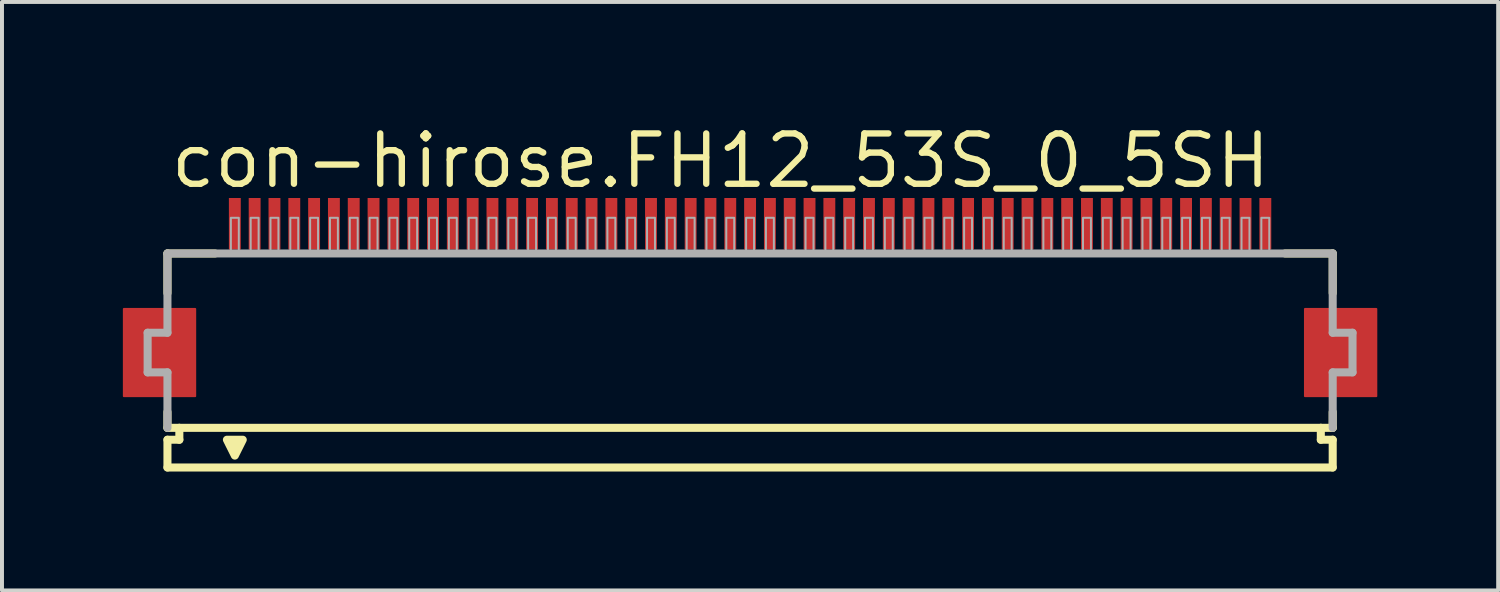
<source format=kicad_pcb>
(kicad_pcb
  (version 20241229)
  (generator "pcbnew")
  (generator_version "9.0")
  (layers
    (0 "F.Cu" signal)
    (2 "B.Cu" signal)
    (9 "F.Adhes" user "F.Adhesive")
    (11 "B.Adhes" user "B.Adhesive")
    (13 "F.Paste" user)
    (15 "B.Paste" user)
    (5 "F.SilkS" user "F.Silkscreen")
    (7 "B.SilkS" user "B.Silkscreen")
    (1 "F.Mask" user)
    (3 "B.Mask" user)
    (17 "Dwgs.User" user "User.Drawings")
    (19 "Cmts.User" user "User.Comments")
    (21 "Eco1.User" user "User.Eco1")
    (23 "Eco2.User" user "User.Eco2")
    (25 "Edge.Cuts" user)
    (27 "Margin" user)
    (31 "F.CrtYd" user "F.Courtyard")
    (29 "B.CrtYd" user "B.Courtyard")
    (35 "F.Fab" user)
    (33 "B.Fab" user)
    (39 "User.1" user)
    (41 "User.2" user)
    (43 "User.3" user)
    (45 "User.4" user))
  (footprint "con-hirose.FH12_53S_0_5SH"
    (layer "F.Cu")
    (at 15.875 5.845)
    (property "Reference" "con-hirose.FH12_53S_0_5SH" (at -14.698 -4.095 0) (layer "F.SilkS") (effects (font (size 1.27 1.27) (thickness 0.16)) (justify left bottom)))
    (attr smd)
    (fp_rect (start -15.8 1.1) (end -14 -1.1) (stroke (width 0.05) (type default)) (fill yes) (layer "F.Cu"))
    (fp_rect (start 14 1.1) (end 15.8 -1.1) (stroke (width 0.05) (type default)) (fill yes) (layer "F.Cu"))
    (fp_rect (start -15.85 1.175) (end -13.95 -1.175) (stroke (width 0.05) (type default)) (fill yes) (layer "F.Mask"))
    (fp_rect (start -13.2 -2.55) (end -12.8 -3.95) (stroke (width 0.05) (type default)) (fill yes) (layer "F.Mask"))
    (fp_rect (start -12.7 -2.55) (end -12.3 -3.95) (stroke (width 0.05) (type default)) (fill yes) (layer "F.Mask"))
    (fp_rect (start -12.2 -2.55) (end -11.8 -3.95) (stroke (width 0.05) (type default)) (fill yes) (layer "F.Mask"))
    (fp_rect (start -11.7 -2.55) (end -11.3 -3.95) (stroke (width 0.05) (type default)) (fill yes) (layer "F.Mask"))
    (fp_rect (start -11.2 -2.55) (end -10.8 -3.95) (stroke (width 0.05) (type default)) (fill yes) (layer "F.Mask"))
    (fp_rect (start -10.7 -2.55) (end -10.3 -3.95) (stroke (width 0.05) (type default)) (fill yes) (layer "F.Mask"))
    (fp_rect (start -10.2 -2.55) (end -9.8 -3.95) (stroke (width 0.05) (type default)) (fill yes) (layer "F.Mask"))
    (fp_rect (start -9.7 -2.55) (end -9.3 -3.95) (stroke (width 0.05) (type default)) (fill yes) (layer "F.Mask"))
    (fp_rect (start -9.2 -2.55) (end -8.8 -3.95) (stroke (width 0.05) (type default)) (fill yes) (layer "F.Mask"))
    (fp_rect (start -8.7 -2.55) (end -8.3 -3.95) (stroke (width 0.05) (type default)) (fill yes) (layer "F.Mask"))
    (fp_rect (start -8.2 -2.55) (end -7.8 -3.95) (stroke (width 0.05) (type default)) (fill yes) (layer "F.Mask"))
    (fp_rect (start -7.7 -2.55) (end -7.3 -3.95) (stroke (width 0.05) (type default)) (fill yes) (layer "F.Mask"))
    (fp_rect (start -7.2 -2.55) (end -6.8 -3.95) (stroke (width 0.05) (type default)) (fill yes) (layer "F.Mask"))
    (fp_rect (start -6.7 -2.55) (end -6.3 -3.95) (stroke (width 0.05) (type default)) (fill yes) (layer "F.Mask"))
    (fp_rect (start -6.2 -2.55) (end -5.8 -3.95) (stroke (width 0.05) (type default)) (fill yes) (layer "F.Mask"))
    (fp_rect (start -5.7 -2.55) (end -5.3 -3.95) (stroke (width 0.05) (type default)) (fill yes) (layer "F.Mask"))
    (fp_rect (start -5.2 -2.55) (end -4.8 -3.95) (stroke (width 0.05) (type default)) (fill yes) (layer "F.Mask"))
    (fp_rect (start -4.7 -2.55) (end -4.3 -3.95) (stroke (width 0.05) (type default)) (fill yes) (layer "F.Mask"))
    (fp_rect (start -4.2 -2.55) (end -3.8 -3.95) (stroke (width 0.05) (type default)) (fill yes) (layer "F.Mask"))
    (fp_rect (start -3.7 -2.55) (end -3.3 -3.95) (stroke (width 0.05) (type default)) (fill yes) (layer "F.Mask"))
    (fp_rect (start -3.2 -2.55) (end -2.8 -3.95) (stroke (width 0.05) (type default)) (fill yes) (layer "F.Mask"))
    (fp_rect (start -2.7 -2.55) (end -2.3 -3.95) (stroke (width 0.05) (type default)) (fill yes) (layer "F.Mask"))
    (fp_rect (start -2.2 -2.55) (end -1.8 -3.95) (stroke (width 0.05) (type default)) (fill yes) (layer "F.Mask"))
    (fp_rect (start -1.7 -2.55) (end -1.3 -3.95) (stroke (width 0.05) (type default)) (fill yes) (layer "F.Mask"))
    (fp_rect (start -1.2 -2.55) (end -0.8 -3.95) (stroke (width 0.05) (type default)) (fill yes) (layer "F.Mask"))
    (fp_rect (start -0.7 -2.55) (end -0.3 -3.95) (stroke (width 0.05) (type default)) (fill yes) (layer "F.Mask"))
    (fp_rect (start -0.2 -2.55) (end 0.2 -3.95) (stroke (width 0.05) (type default)) (fill yes) (layer "F.Mask"))
    (fp_rect (start 0.3 -2.55) (end 0.7 -3.95) (stroke (width 0.05) (type default)) (fill yes) (layer "F.Mask"))
    (fp_rect (start 0.8 -2.55) (end 1.2 -3.95) (stroke (width 0.05) (type default)) (fill yes) (layer "F.Mask"))
    (fp_rect (start 1.3 -2.55) (end 1.7 -3.95) (stroke (width 0.05) (type default)) (fill yes) (layer "F.Mask"))
    (fp_rect (start 1.8 -2.55) (end 2.2 -3.95) (stroke (width 0.05) (type default)) (fill yes) (layer "F.Mask"))
    (fp_rect (start 2.3 -2.55) (end 2.7 -3.95) (stroke (width 0.05) (type default)) (fill yes) (layer "F.Mask"))
    (fp_rect (start 2.8 -2.55) (end 3.2 -3.95) (stroke (width 0.05) (type default)) (fill yes) (layer "F.Mask"))
    (fp_rect (start 3.3 -2.55) (end 3.7 -3.95) (stroke (width 0.05) (type default)) (fill yes) (layer "F.Mask"))
    (fp_rect (start 3.8 -2.55) (end 4.2 -3.95) (stroke (width 0.05) (type default)) (fill yes) (layer "F.Mask"))
    (fp_rect (start 4.3 -2.55) (end 4.7 -3.95) (stroke (width 0.05) (type default)) (fill yes) (layer "F.Mask"))
    (fp_rect (start 4.8 -2.55) (end 5.2 -3.95) (stroke (width 0.05) (type default)) (fill yes) (layer "F.Mask"))
    (fp_rect (start 5.3 -2.55) (end 5.7 -3.95) (stroke (width 0.05) (type default)) (fill yes) (layer "F.Mask"))
    (fp_rect (start 5.8 -2.55) (end 6.2 -3.95) (stroke (width 0.05) (type default)) (fill yes) (layer "F.Mask"))
    (fp_rect (start 6.3 -2.55) (end 6.7 -3.95) (stroke (width 0.05) (type default)) (fill yes) (layer "F.Mask"))
    (fp_rect (start 6.8 -2.55) (end 7.2 -3.95) (stroke (width 0.05) (type default)) (fill yes) (layer "F.Mask"))
    (fp_rect (start 7.3 -2.55) (end 7.7 -3.95) (stroke (width 0.05) (type default)) (fill yes) (layer "F.Mask"))
    (fp_rect (start 7.8 -2.55) (end 8.2 -3.95) (stroke (width 0.05) (type default)) (fill yes) (layer "F.Mask"))
    (fp_rect (start 8.3 -2.55) (end 8.7 -3.95) (stroke (width 0.05) (type default)) (fill yes) (layer "F.Mask"))
    (fp_rect (start 8.8 -2.55) (end 9.2 -3.95) (stroke (width 0.05) (type default)) (fill yes) (layer "F.Mask"))
    (fp_rect (start 9.3 -2.55) (end 9.7 -3.95) (stroke (width 0.05) (type default)) (fill yes) (layer "F.Mask"))
    (fp_rect (start 9.8 -2.55) (end 10.2 -3.95) (stroke (width 0.05) (type default)) (fill yes) (layer "F.Mask"))
    (fp_rect (start 10.3 -2.55) (end 10.7 -3.95) (stroke (width 0.05) (type default)) (fill yes) (layer "F.Mask"))
    (fp_rect (start 10.8 -2.55) (end 11.2 -3.95) (stroke (width 0.05) (type default)) (fill yes) (layer "F.Mask"))
    (fp_rect (start 11.3 -2.55) (end 11.7 -3.95) (stroke (width 0.05) (type default)) (fill yes) (layer "F.Mask"))
    (fp_rect (start 11.8 -2.55) (end 12.2 -3.95) (stroke (width 0.05) (type default)) (fill yes) (layer "F.Mask"))
    (fp_rect (start 12.3 -2.55) (end 12.7 -3.95) (stroke (width 0.05) (type default)) (fill yes) (layer "F.Mask"))
    (fp_rect (start 12.8 -2.55) (end 13.2 -3.95) (stroke (width 0.05) (type default)) (fill yes) (layer "F.Mask"))
    (fp_rect (start 13.95 1.175) (end 15.85 -1.175) (stroke (width 0.05) (type default)) (fill yes) (layer "F.Mask"))
    (fp_line (start -14.7 -2.5) (end -14.7 -1.5) (stroke (width 0.203) (type default)) (layer "F.SilkS"))
    (fp_line (start -14.7 1.5) (end -14.7 1.9) (stroke (width 0.203) (type default)) (layer "F.SilkS"))
    (fp_line (start -14.7 1.9) (end -14.4 1.9) (stroke (width 0.203) (type default)) (layer "F.SilkS"))
    (fp_line (start -14.7 2.2) (end -14.7 2.9) (stroke (width 0.203) (type default)) (layer "F.SilkS"))
    (fp_line (start -14.4 1.9) (end -14.4 2.2) (stroke (width 0.203) (type default)) (layer "F.SilkS"))
    (fp_line (start -14.4 2.2) (end -14.7 2.2) (stroke (width 0.203) (type default)) (layer "F.SilkS"))
    (fp_line (start -13.5 -2.5) (end -14.7 -2.5) (stroke (width 0.203) (type default)) (layer "F.SilkS"))
    (fp_line (start 14.4 1.9) (end -14.4 1.9) (stroke (width 0.203) (type default)) (layer "F.SilkS"))
    (fp_line (start 14.4 1.9) (end 14.7 1.9) (stroke (width 0.203) (type default)) (layer "F.SilkS"))
    (fp_line (start 14.4 2.2) (end 14.4 1.9) (stroke (width 0.203) (type default)) (layer "F.SilkS"))
    (fp_line (start 14.7 -2.5) (end 13.5 -2.5) (stroke (width 0.203) (type default)) (layer "F.SilkS"))
    (fp_line (start 14.7 -1.5) (end 14.7 -2.5) (stroke (width 0.203) (type default)) (layer "F.SilkS"))
    (fp_line (start 14.7 1.9) (end 14.7 1.5) (stroke (width 0.203) (type default)) (layer "F.SilkS"))
    (fp_line (start 14.7 2.2) (end 14.4 2.2) (stroke (width 0.203) (type default)) (layer "F.SilkS"))
    (fp_line (start 14.7 2.9) (end -14.7 2.9) (stroke (width 0.203) (type default)) (layer "F.SilkS"))
    (fp_line (start 14.7 2.9) (end 14.7 2.2) (stroke (width 0.203) (type default)) (layer "F.SilkS"))
    (fp_poly (pts (xy -13.2 2.2) (xy -13 2.6) (xy -12.8 2.2)) (stroke (width 0.203) (type default)) (fill yes) (layer "F.SilkS"))
    (fp_rect (start -15.725 1.025) (end -14.075 -1.025) (stroke (width 0.05) (type default)) (fill yes) (layer "F.Paste"))
    (fp_rect (start -13.125 -2.625) (end -12.875 -3.875) (stroke (width 0.05) (type default)) (fill yes) (layer "F.Paste"))
    (fp_rect (start -12.625 -2.625) (end -12.375 -3.875) (stroke (width 0.05) (type default)) (fill yes) (layer "F.Paste"))
    (fp_rect (start -12.125 -2.625) (end -11.875 -3.875) (stroke (width 0.05) (type default)) (fill yes) (layer "F.Paste"))
    (fp_rect (start -11.625 -2.625) (end -11.375 -3.875) (stroke (width 0.05) (type default)) (fill yes) (layer "F.Paste"))
    (fp_rect (start -11.125 -2.625) (end -10.875 -3.875) (stroke (width 0.05) (type default)) (fill yes) (layer "F.Paste"))
    (fp_rect (start -10.625 -2.625) (end -10.375 -3.875) (stroke (width 0.05) (type default)) (fill yes) (layer "F.Paste"))
    (fp_rect (start -10.125 -2.625) (end -9.875 -3.875) (stroke (width 0.05) (type default)) (fill yes) (layer "F.Paste"))
    (fp_rect (start -9.625 -2.625) (end -9.375 -3.875) (stroke (width 0.05) (type default)) (fill yes) (layer "F.Paste"))
    (fp_rect (start -9.125 -2.625) (end -8.875 -3.875) (stroke (width 0.05) (type default)) (fill yes) (layer "F.Paste"))
    (fp_rect (start -8.625 -2.625) (end -8.375 -3.875) (stroke (width 0.05) (type default)) (fill yes) (layer "F.Paste"))
    (fp_rect (start -8.125 -2.625) (end -7.875 -3.875) (stroke (width 0.05) (type default)) (fill yes) (layer "F.Paste"))
    (fp_rect (start -7.625 -2.625) (end -7.375 -3.875) (stroke (width 0.05) (type default)) (fill yes) (layer "F.Paste"))
    (fp_rect (start -7.125 -2.625) (end -6.875 -3.875) (stroke (width 0.05) (type default)) (fill yes) (layer "F.Paste"))
    (fp_rect (start -6.625 -2.625) (end -6.375 -3.875) (stroke (width 0.05) (type default)) (fill yes) (layer "F.Paste"))
    (fp_rect (start -6.125 -2.625) (end -5.875 -3.875) (stroke (width 0.05) (type default)) (fill yes) (layer "F.Paste"))
    (fp_rect (start -5.625 -2.625) (end -5.375 -3.875) (stroke (width 0.05) (type default)) (fill yes) (layer "F.Paste"))
    (fp_rect (start -5.125 -2.625) (end -4.875 -3.875) (stroke (width 0.05) (type default)) (fill yes) (layer "F.Paste"))
    (fp_rect (start -4.625 -2.625) (end -4.375 -3.875) (stroke (width 0.05) (type default)) (fill yes) (layer "F.Paste"))
    (fp_rect (start -4.125 -2.625) (end -3.875 -3.875) (stroke (width 0.05) (type default)) (fill yes) (layer "F.Paste"))
    (fp_rect (start -3.625 -2.625) (end -3.375 -3.875) (stroke (width 0.05) (type default)) (fill yes) (layer "F.Paste"))
    (fp_rect (start -3.125 -2.625) (end -2.875 -3.875) (stroke (width 0.05) (type default)) (fill yes) (layer "F.Paste"))
    (fp_rect (start -2.625 -2.625) (end -2.375 -3.875) (stroke (width 0.05) (type default)) (fill yes) (layer "F.Paste"))
    (fp_rect (start -2.125 -2.625) (end -1.875 -3.875) (stroke (width 0.05) (type default)) (fill yes) (layer "F.Paste"))
    (fp_rect (start -1.625 -2.625) (end -1.375 -3.875) (stroke (width 0.05) (type default)) (fill yes) (layer "F.Paste"))
    (fp_rect (start -1.125 -2.625) (end -0.875 -3.875) (stroke (width 0.05) (type default)) (fill yes) (layer "F.Paste"))
    (fp_rect (start -0.625 -2.625) (end -0.375 -3.875) (stroke (width 0.05) (type default)) (fill yes) (layer "F.Paste"))
    (fp_rect (start -0.125 -2.625) (end 0.125 -3.875) (stroke (width 0.05) (type default)) (fill yes) (layer "F.Paste"))
    (fp_rect (start 0.375 -2.625) (end 0.625 -3.875) (stroke (width 0.05) (type default)) (fill yes) (layer "F.Paste"))
    (fp_rect (start 0.875 -2.625) (end 1.125 -3.875) (stroke (width 0.05) (type default)) (fill yes) (layer "F.Paste"))
    (fp_rect (start 1.375 -2.625) (end 1.625 -3.875) (stroke (width 0.05) (type default)) (fill yes) (layer "F.Paste"))
    (fp_rect (start 1.875 -2.625) (end 2.125 -3.875) (stroke (width 0.05) (type default)) (fill yes) (layer "F.Paste"))
    (fp_rect (start 2.375 -2.625) (end 2.625 -3.875) (stroke (width 0.05) (type default)) (fill yes) (layer "F.Paste"))
    (fp_rect (start 2.875 -2.625) (end 3.125 -3.875) (stroke (width 0.05) (type default)) (fill yes) (layer "F.Paste"))
    (fp_rect (start 3.375 -2.625) (end 3.625 -3.875) (stroke (width 0.05) (type default)) (fill yes) (layer "F.Paste"))
    (fp_rect (start 3.875 -2.625) (end 4.125 -3.875) (stroke (width 0.05) (type default)) (fill yes) (layer "F.Paste"))
    (fp_rect (start 4.375 -2.625) (end 4.625 -3.875) (stroke (width 0.05) (type default)) (fill yes) (layer "F.Paste"))
    (fp_rect (start 4.875 -2.625) (end 5.125 -3.875) (stroke (width 0.05) (type default)) (fill yes) (layer "F.Paste"))
    (fp_rect (start 5.375 -2.625) (end 5.625 -3.875) (stroke (width 0.05) (type default)) (fill yes) (layer "F.Paste"))
    (fp_rect (start 5.875 -2.625) (end 6.125 -3.875) (stroke (width 0.05) (type default)) (fill yes) (layer "F.Paste"))
    (fp_rect (start 6.375 -2.625) (end 6.625 -3.875) (stroke (width 0.05) (type default)) (fill yes) (layer "F.Paste"))
    (fp_rect (start 6.875 -2.625) (end 7.125 -3.875) (stroke (width 0.05) (type default)) (fill yes) (layer "F.Paste"))
    (fp_rect (start 7.375 -2.625) (end 7.625 -3.875) (stroke (width 0.05) (type default)) (fill yes) (layer "F.Paste"))
    (fp_rect (start 7.875 -2.625) (end 8.125 -3.875) (stroke (width 0.05) (type default)) (fill yes) (layer "F.Paste"))
    (fp_rect (start 8.375 -2.625) (end 8.625 -3.875) (stroke (width 0.05) (type default)) (fill yes) (layer "F.Paste"))
    (fp_rect (start 8.875 -2.625) (end 9.125 -3.875) (stroke (width 0.05) (type default)) (fill yes) (layer "F.Paste"))
    (fp_rect (start 9.375 -2.625) (end 9.625 -3.875) (stroke (width 0.05) (type default)) (fill yes) (layer "F.Paste"))
    (fp_rect (start 9.875 -2.625) (end 10.125 -3.875) (stroke (width 0.05) (type default)) (fill yes) (layer "F.Paste"))
    (fp_rect (start 10.375 -2.625) (end 10.625 -3.875) (stroke (width 0.05) (type default)) (fill yes) (layer "F.Paste"))
    (fp_rect (start 10.875 -2.625) (end 11.125 -3.875) (stroke (width 0.05) (type default)) (fill yes) (layer "F.Paste"))
    (fp_rect (start 11.375 -2.625) (end 11.625 -3.875) (stroke (width 0.05) (type default)) (fill yes) (layer "F.Paste"))
    (fp_rect (start 11.875 -2.625) (end 12.125 -3.875) (stroke (width 0.05) (type default)) (fill yes) (layer "F.Paste"))
    (fp_rect (start 12.375 -2.625) (end 12.625 -3.875) (stroke (width 0.05) (type default)) (fill yes) (layer "F.Paste"))
    (fp_rect (start 12.875 -2.625) (end 13.125 -3.875) (stroke (width 0.05) (type default)) (fill yes) (layer "F.Paste"))
    (fp_rect (start 14.075 1.025) (end 15.725 -1.025) (stroke (width 0.05) (type default)) (fill yes) (layer "F.Paste"))
    (fp_line (start -15.2 -0.5) (end -15.2 0.5) (stroke (width 0.203) (type default)) (layer "F.Fab"))
    (fp_line (start -15.2 0.5) (end -14.7 0.5) (stroke (width 0.203) (type default)) (layer "F.Fab"))
    (fp_line (start -14.7 -2.5) (end -14.7 -0.5) (stroke (width 0.203) (type default)) (layer "F.Fab"))
    (fp_line (start -14.7 -0.5) (end -15.2 -0.5) (stroke (width 0.203) (type default)) (layer "F.Fab"))
    (fp_line (start -14.7 0.5) (end -14.7 1.9) (stroke (width 0.203) (type default)) (layer "F.Fab"))
    (fp_line (start 14.7 -2.5) (end -14.7 -2.5) (stroke (width 0.203) (type default)) (layer "F.Fab"))
    (fp_line (start 14.7 -0.5) (end 14.7 -2.5) (stroke (width 0.203) (type default)) (layer "F.Fab"))
    (fp_line (start 14.7 0.5) (end 15.2 0.5) (stroke (width 0.203) (type default)) (layer "F.Fab"))
    (fp_line (start 14.7 1.9) (end 14.7 0.5) (stroke (width 0.203) (type default)) (layer "F.Fab"))
    (fp_line (start 15.2 -0.5) (end 14.7 -0.5) (stroke (width 0.203) (type default)) (layer "F.Fab"))
    (fp_line (start 15.2 0.5) (end 15.2 -0.5) (stroke (width 0.203) (type default)) (layer "F.Fab"))
    (fp_rect (start -13.1 -2.55) (end -12.9 -3.4) (stroke (width 0.05) (type default)) (fill no) (layer "F.Fab"))
    (fp_rect (start -12.6 -2.55) (end -12.4 -3.4) (stroke (width 0.05) (type default)) (fill no) (layer "F.Fab"))
    (fp_rect (start -12.1 -2.55) (end -11.9 -3.4) (stroke (width 0.05) (type default)) (fill no) (layer "F.Fab"))
    (fp_rect (start -11.6 -2.55) (end -11.4 -3.4) (stroke (width 0.05) (type default)) (fill no) (layer "F.Fab"))
    (fp_rect (start -11.1 -2.55) (end -10.9 -3.4) (stroke (width 0.05) (type default)) (fill no) (layer "F.Fab"))
    (fp_rect (start -10.6 -2.55) (end -10.4 -3.4) (stroke (width 0.05) (type default)) (fill no) (layer "F.Fab"))
    (fp_rect (start -10.1 -2.55) (end -9.9 -3.4) (stroke (width 0.05) (type default)) (fill no) (layer "F.Fab"))
    (fp_rect (start -9.6 -2.55) (end -9.4 -3.4) (stroke (width 0.05) (type default)) (fill no) (layer "F.Fab"))
    (fp_rect (start -9.1 -2.55) (end -8.9 -3.4) (stroke (width 0.05) (type default)) (fill no) (layer "F.Fab"))
    (fp_rect (start -8.6 -2.55) (end -8.4 -3.4) (stroke (width 0.05) (type default)) (fill no) (layer "F.Fab"))
    (fp_rect (start -8.1 -2.55) (end -7.9 -3.4) (stroke (width 0.05) (type default)) (fill no) (layer "F.Fab"))
    (fp_rect (start -7.6 -2.55) (end -7.4 -3.4) (stroke (width 0.05) (type default)) (fill no) (layer "F.Fab"))
    (fp_rect (start -7.1 -2.55) (end -6.9 -3.4) (stroke (width 0.05) (type default)) (fill no) (layer "F.Fab"))
    (fp_rect (start -6.6 -2.55) (end -6.4 -3.4) (stroke (width 0.05) (type default)) (fill no) (layer "F.Fab"))
    (fp_rect (start -6.1 -2.55) (end -5.9 -3.4) (stroke (width 0.05) (type default)) (fill no) (layer "F.Fab"))
    (fp_rect (start -5.6 -2.55) (end -5.4 -3.4) (stroke (width 0.05) (type default)) (fill no) (layer "F.Fab"))
    (fp_rect (start -5.1 -2.55) (end -4.9 -3.4) (stroke (width 0.05) (type default)) (fill no) (layer "F.Fab"))
    (fp_rect (start -4.6 -2.55) (end -4.4 -3.4) (stroke (width 0.05) (type default)) (fill no) (layer "F.Fab"))
    (fp_rect (start -4.1 -2.55) (end -3.9 -3.4) (stroke (width 0.05) (type default)) (fill no) (layer "F.Fab"))
    (fp_rect (start -3.6 -2.55) (end -3.4 -3.4) (stroke (width 0.05) (type default)) (fill no) (layer "F.Fab"))
    (fp_rect (start -3.1 -2.55) (end -2.9 -3.4) (stroke (width 0.05) (type default)) (fill no) (layer "F.Fab"))
    (fp_rect (start -2.6 -2.55) (end -2.4 -3.4) (stroke (width 0.05) (type default)) (fill no) (layer "F.Fab"))
    (fp_rect (start -2.1 -2.55) (end -1.9 -3.4) (stroke (width 0.05) (type default)) (fill no) (layer "F.Fab"))
    (fp_rect (start -1.6 -2.55) (end -1.4 -3.4) (stroke (width 0.05) (type default)) (fill no) (layer "F.Fab"))
    (fp_rect (start -1.1 -2.55) (end -0.9 -3.4) (stroke (width 0.05) (type default)) (fill no) (layer "F.Fab"))
    (fp_rect (start -0.6 -2.55) (end -0.4 -3.4) (stroke (width 0.05) (type default)) (fill no) (layer "F.Fab"))
    (fp_rect (start -0.1 -2.55) (end 0.1 -3.4) (stroke (width 0.05) (type default)) (fill no) (layer "F.Fab"))
    (fp_rect (start 0.4 -2.55) (end 0.6 -3.4) (stroke (width 0.05) (type default)) (fill no) (layer "F.Fab"))
    (fp_rect (start 0.9 -2.55) (end 1.1 -3.4) (stroke (width 0.05) (type default)) (fill no) (layer "F.Fab"))
    (fp_rect (start 1.4 -2.55) (end 1.6 -3.4) (stroke (width 0.05) (type default)) (fill no) (layer "F.Fab"))
    (fp_rect (start 1.9 -2.55) (end 2.1 -3.4) (stroke (width 0.05) (type default)) (fill no) (layer "F.Fab"))
    (fp_rect (start 2.4 -2.55) (end 2.6 -3.4) (stroke (width 0.05) (type default)) (fill no) (layer "F.Fab"))
    (fp_rect (start 2.9 -2.55) (end 3.1 -3.4) (stroke (width 0.05) (type default)) (fill no) (layer "F.Fab"))
    (fp_rect (start 3.4 -2.55) (end 3.6 -3.4) (stroke (width 0.05) (type default)) (fill no) (layer "F.Fab"))
    (fp_rect (start 3.9 -2.55) (end 4.1 -3.4) (stroke (width 0.05) (type default)) (fill no) (layer "F.Fab"))
    (fp_rect (start 4.4 -2.55) (end 4.6 -3.4) (stroke (width 0.05) (type default)) (fill no) (layer "F.Fab"))
    (fp_rect (start 4.9 -2.55) (end 5.1 -3.4) (stroke (width 0.05) (type default)) (fill no) (layer "F.Fab"))
    (fp_rect (start 5.4 -2.55) (end 5.6 -3.4) (stroke (width 0.05) (type default)) (fill no) (layer "F.Fab"))
    (fp_rect (start 5.9 -2.55) (end 6.1 -3.4) (stroke (width 0.05) (type default)) (fill no) (layer "F.Fab"))
    (fp_rect (start 6.4 -2.55) (end 6.6 -3.4) (stroke (width 0.05) (type default)) (fill no) (layer "F.Fab"))
    (fp_rect (start 6.9 -2.55) (end 7.1 -3.4) (stroke (width 0.05) (type default)) (fill no) (layer "F.Fab"))
    (fp_rect (start 7.4 -2.55) (end 7.6 -3.4) (stroke (width 0.05) (type default)) (fill no) (layer "F.Fab"))
    (fp_rect (start 7.9 -2.55) (end 8.1 -3.4) (stroke (width 0.05) (type default)) (fill no) (layer "F.Fab"))
    (fp_rect (start 8.4 -2.55) (end 8.6 -3.4) (stroke (width 0.05) (type default)) (fill no) (layer "F.Fab"))
    (fp_rect (start 8.9 -2.55) (end 9.1 -3.4) (stroke (width 0.05) (type default)) (fill no) (layer "F.Fab"))
    (fp_rect (start 9.4 -2.55) (end 9.6 -3.4) (stroke (width 0.05) (type default)) (fill no) (layer "F.Fab"))
    (fp_rect (start 9.9 -2.55) (end 10.1 -3.4) (stroke (width 0.05) (type default)) (fill no) (layer "F.Fab"))
    (fp_rect (start 10.4 -2.55) (end 10.6 -3.4) (stroke (width 0.05) (type default)) (fill no) (layer "F.Fab"))
    (fp_rect (start 10.9 -2.55) (end 11.1 -3.4) (stroke (width 0.05) (type default)) (fill no) (layer "F.Fab"))
    (fp_rect (start 11.4 -2.55) (end 11.6 -3.4) (stroke (width 0.05) (type default)) (fill no) (layer "F.Fab"))
    (fp_rect (start 11.9 -2.55) (end 12.1 -3.4) (stroke (width 0.05) (type default)) (fill no) (layer "F.Fab"))
    (fp_rect (start 12.4 -2.55) (end 12.6 -3.4) (stroke (width 0.05) (type default)) (fill no) (layer "F.Fab"))
    (fp_rect (start 12.9 -2.55) (end 13.1 -3.4) (stroke (width 0.05) (type default)) (fill no) (layer "F.Fab"))
    (pad "1" smd roundrect (at -13 -3.25) (size 0.3 1.3) (layers "F.Cu" "F.Mask" "F.Paste") (roundrect_rratio 0.01))
    (pad "2" smd roundrect (at -12.5 -3.25) (size 0.3 1.3) (layers "F.Cu" "F.Mask" "F.Paste") (roundrect_rratio 0.01))
    (pad "3" smd roundrect (at -12 -3.25) (size 0.3 1.3) (layers "F.Cu" "F.Mask" "F.Paste") (roundrect_rratio 0.01))
    (pad "4" smd roundrect (at -11.5 -3.25) (size 0.3 1.3) (layers "F.Cu" "F.Mask" "F.Paste") (roundrect_rratio 0.01))
    (pad "5" smd roundrect (at -11 -3.25) (size 0.3 1.3) (layers "F.Cu" "F.Mask" "F.Paste") (roundrect_rratio 0.01))
    (pad "6" smd roundrect (at -10.5 -3.25) (size 0.3 1.3) (layers "F.Cu" "F.Mask" "F.Paste") (roundrect_rratio 0.01))
    (pad "7" smd roundrect (at -10 -3.25) (size 0.3 1.3) (layers "F.Cu" "F.Mask" "F.Paste") (roundrect_rratio 0.01))
    (pad "8" smd roundrect (at -9.5 -3.25) (size 0.3 1.3) (layers "F.Cu" "F.Mask" "F.Paste") (roundrect_rratio 0.01))
    (pad "9" smd roundrect (at -9 -3.25) (size 0.3 1.3) (layers "F.Cu" "F.Mask" "F.Paste") (roundrect_rratio 0.01))
    (pad "10" smd roundrect (at -8.5 -3.25) (size 0.3 1.3) (layers "F.Cu" "F.Mask" "F.Paste") (roundrect_rratio 0.01))
    (pad "11" smd roundrect (at -8 -3.25) (size 0.3 1.3) (layers "F.Cu" "F.Mask" "F.Paste") (roundrect_rratio 0.01))
    (pad "12" smd roundrect (at -7.5 -3.25) (size 0.3 1.3) (layers "F.Cu" "F.Mask" "F.Paste") (roundrect_rratio 0.01))
    (pad "13" smd roundrect (at -7 -3.25) (size 0.3 1.3) (layers "F.Cu" "F.Mask" "F.Paste") (roundrect_rratio 0.01))
    (pad "14" smd roundrect (at -6.5 -3.25) (size 0.3 1.3) (layers "F.Cu" "F.Mask" "F.Paste") (roundrect_rratio 0.01))
    (pad "15" smd roundrect (at -6 -3.25) (size 0.3 1.3) (layers "F.Cu" "F.Mask" "F.Paste") (roundrect_rratio 0.01))
    (pad "16" smd roundrect (at -5.5 -3.25) (size 0.3 1.3) (layers "F.Cu" "F.Mask" "F.Paste") (roundrect_rratio 0.01))
    (pad "17" smd roundrect (at -5 -3.25) (size 0.3 1.3) (layers "F.Cu" "F.Mask" "F.Paste") (roundrect_rratio 0.01))
    (pad "18" smd roundrect (at -4.5 -3.25) (size 0.3 1.3) (layers "F.Cu" "F.Mask" "F.Paste") (roundrect_rratio 0.01))
    (pad "19" smd roundrect (at -4 -3.25) (size 0.3 1.3) (layers "F.Cu" "F.Mask" "F.Paste") (roundrect_rratio 0.01))
    (pad "20" smd roundrect (at -3.5 -3.25) (size 0.3 1.3) (layers "F.Cu" "F.Mask" "F.Paste") (roundrect_rratio 0.01))
    (pad "21" smd roundrect (at -3 -3.25) (size 0.3 1.3) (layers "F.Cu" "F.Mask" "F.Paste") (roundrect_rratio 0.01))
    (pad "22" smd roundrect (at -2.5 -3.25) (size 0.3 1.3) (layers "F.Cu" "F.Mask" "F.Paste") (roundrect_rratio 0.01))
    (pad "23" smd roundrect (at -2 -3.25) (size 0.3 1.3) (layers "F.Cu" "F.Mask" "F.Paste") (roundrect_rratio 0.01))
    (pad "24" smd roundrect (at -1.5 -3.25) (size 0.3 1.3) (layers "F.Cu" "F.Mask" "F.Paste") (roundrect_rratio 0.01))
    (pad "25" smd roundrect (at -1 -3.25) (size 0.3 1.3) (layers "F.Cu" "F.Mask" "F.Paste") (roundrect_rratio 0.01))
    (pad "26" smd roundrect (at -0.5 -3.25) (size 0.3 1.3) (layers "F.Cu" "F.Mask" "F.Paste") (roundrect_rratio 0.01))
    (pad "27" smd roundrect (at 0 -3.25) (size 0.3 1.3) (layers "F.Cu" "F.Mask" "F.Paste") (roundrect_rratio 0.01))
    (pad "28" smd roundrect (at 0.5 -3.25) (size 0.3 1.3) (layers "F.Cu" "F.Mask" "F.Paste") (roundrect_rratio 0.01))
    (pad "29" smd roundrect (at 1 -3.25) (size 0.3 1.3) (layers "F.Cu" "F.Mask" "F.Paste") (roundrect_rratio 0.01))
    (pad "30" smd roundrect (at 1.5 -3.25) (size 0.3 1.3) (layers "F.Cu" "F.Mask" "F.Paste") (roundrect_rratio 0.01))
    (pad "31" smd roundrect (at 2 -3.25) (size 0.3 1.3) (layers "F.Cu" "F.Mask" "F.Paste") (roundrect_rratio 0.01))
    (pad "32" smd roundrect (at 2.5 -3.25) (size 0.3 1.3) (layers "F.Cu" "F.Mask" "F.Paste") (roundrect_rratio 0.01))
    (pad "33" smd roundrect (at 3 -3.25) (size 0.3 1.3) (layers "F.Cu" "F.Mask" "F.Paste") (roundrect_rratio 0.01))
    (pad "34" smd roundrect (at 3.5 -3.25) (size 0.3 1.3) (layers "F.Cu" "F.Mask" "F.Paste") (roundrect_rratio 0.01))
    (pad "35" smd roundrect (at 4 -3.25) (size 0.3 1.3) (layers "F.Cu" "F.Mask" "F.Paste") (roundrect_rratio 0.01))
    (pad "36" smd roundrect (at 4.5 -3.25) (size 0.3 1.3) (layers "F.Cu" "F.Mask" "F.Paste") (roundrect_rratio 0.01))
    (pad "37" smd roundrect (at 5 -3.25) (size 0.3 1.3) (layers "F.Cu" "F.Mask" "F.Paste") (roundrect_rratio 0.01))
    (pad "38" smd roundrect (at 5.5 -3.25) (size 0.3 1.3) (layers "F.Cu" "F.Mask" "F.Paste") (roundrect_rratio 0.01))
    (pad "39" smd roundrect (at 6 -3.25) (size 0.3 1.3) (layers "F.Cu" "F.Mask" "F.Paste") (roundrect_rratio 0.01))
    (pad "40" smd roundrect (at 6.5 -3.25) (size 0.3 1.3) (layers "F.Cu" "F.Mask" "F.Paste") (roundrect_rratio 0.01))
    (pad "41" smd roundrect (at 7 -3.25) (size 0.3 1.3) (layers "F.Cu" "F.Mask" "F.Paste") (roundrect_rratio 0.01))
    (pad "42" smd roundrect (at 7.5 -3.25) (size 0.3 1.3) (layers "F.Cu" "F.Mask" "F.Paste") (roundrect_rratio 0.01))
    (pad "43" smd roundrect (at 8 -3.25) (size 0.3 1.3) (layers "F.Cu" "F.Mask" "F.Paste") (roundrect_rratio 0.01))
    (pad "44" smd roundrect (at 8.5 -3.25) (size 0.3 1.3) (layers "F.Cu" "F.Mask" "F.Paste") (roundrect_rratio 0.01))
    (pad "45" smd roundrect (at 9 -3.25) (size 0.3 1.3) (layers "F.Cu" "F.Mask" "F.Paste") (roundrect_rratio 0.01))
    (pad "46" smd roundrect (at 9.5 -3.25) (size 0.3 1.3) (layers "F.Cu" "F.Mask" "F.Paste") (roundrect_rratio 0.01))
    (pad "47" smd roundrect (at 10 -3.25) (size 0.3 1.3) (layers "F.Cu" "F.Mask" "F.Paste") (roundrect_rratio 0.01))
    (pad "48" smd roundrect (at 10.5 -3.25) (size 0.3 1.3) (layers "F.Cu" "F.Mask" "F.Paste") (roundrect_rratio 0.01))
    (pad "49" smd roundrect (at 11 -3.25) (size 0.3 1.3) (layers "F.Cu" "F.Mask" "F.Paste") (roundrect_rratio 0.01))
    (pad "50" smd roundrect (at 11.5 -3.25) (size 0.3 1.3) (layers "F.Cu" "F.Mask" "F.Paste") (roundrect_rratio 0.01))
    (pad "51" smd roundrect (at 12 -3.25) (size 0.3 1.3) (layers "F.Cu" "F.Mask" "F.Paste") (roundrect_rratio 0.01))
    (pad "52" smd roundrect (at 12.5 -3.25) (size 0.3 1.3) (layers "F.Cu" "F.Mask" "F.Paste") (roundrect_rratio 0.01))
    (pad "53" smd roundrect (at 13 -3.25) (size 0.3 1.3) (layers "F.Cu" "F.Mask" "F.Paste") (roundrect_rratio 0.01)))
  (gr_rect
    (start -3 -3)
    (end 34.75 11.847)
    (stroke (width 0.1) (type default))
    (fill no)
    (layer "Edge.Cuts")))
</source>
